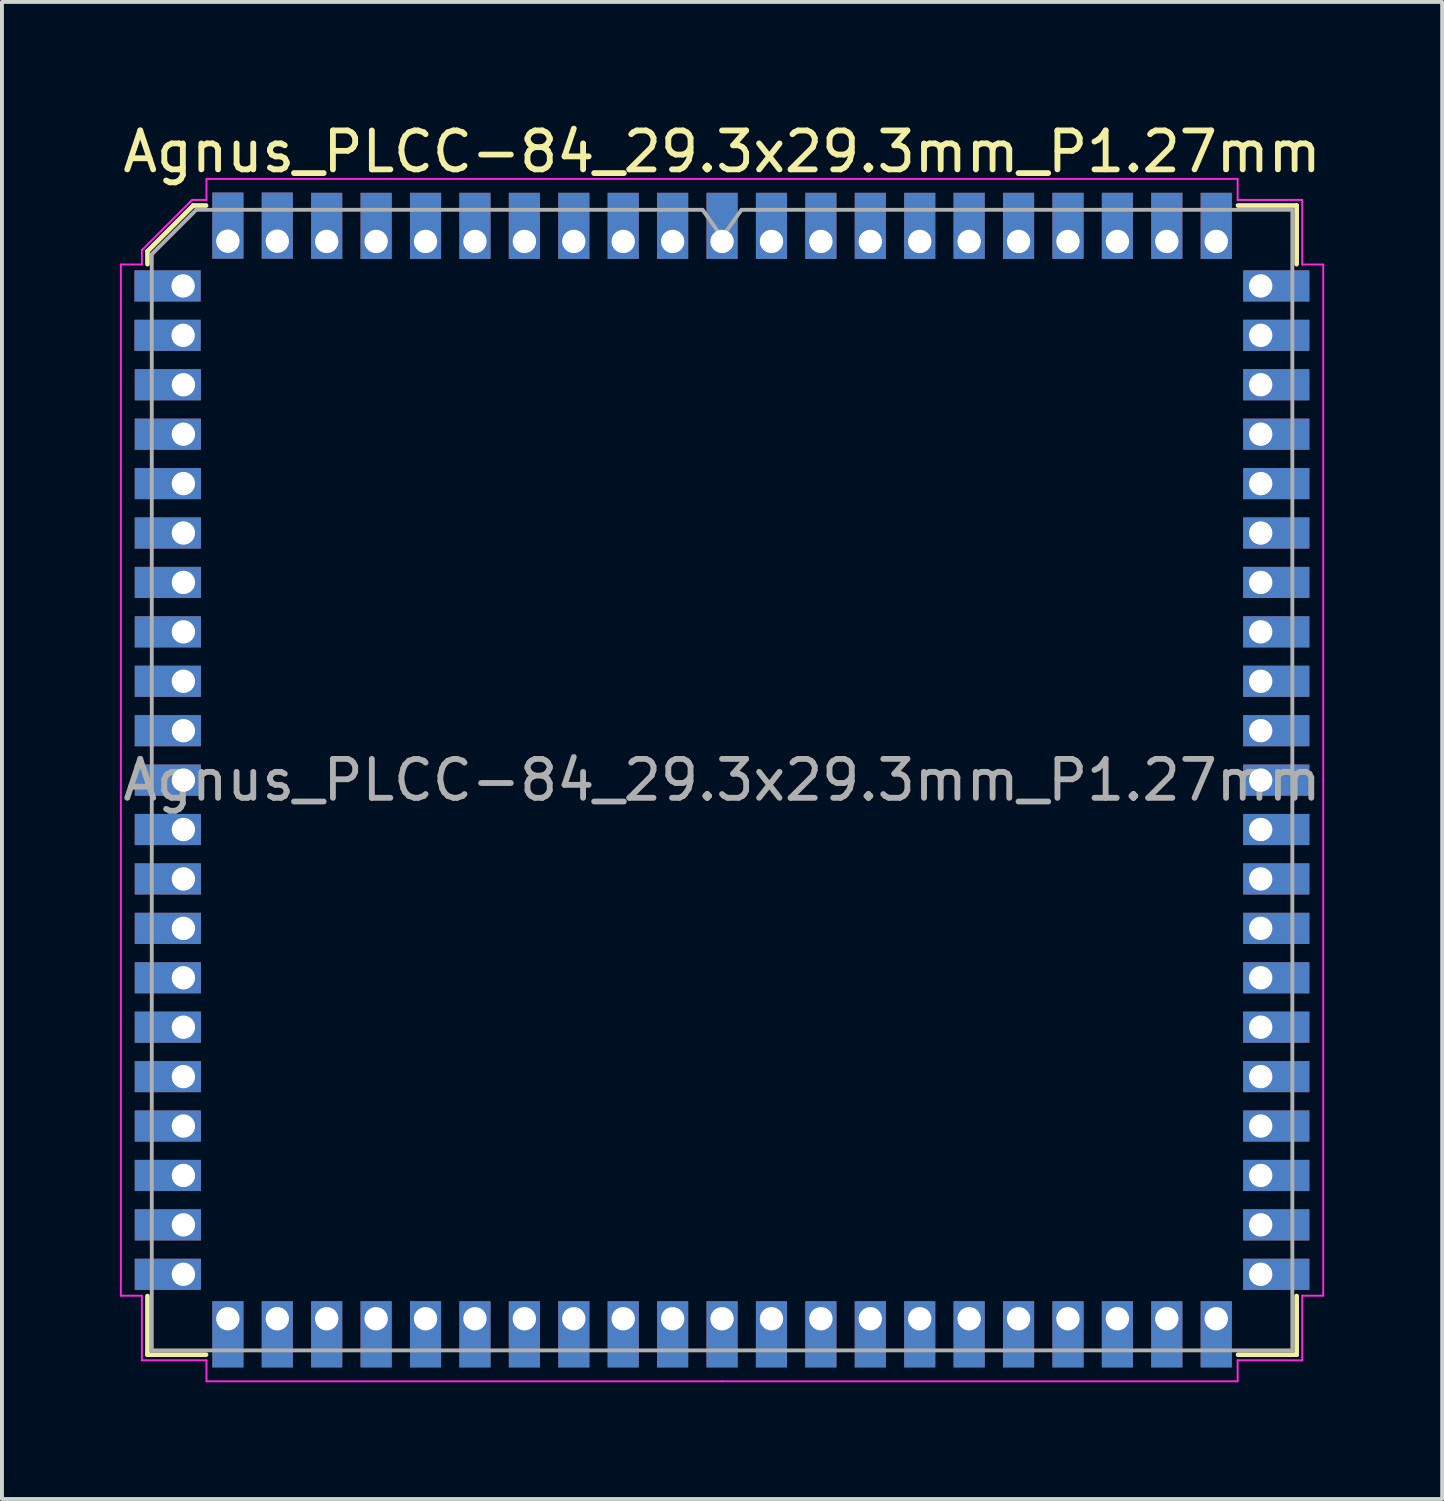
<source format=kicad_pcb>
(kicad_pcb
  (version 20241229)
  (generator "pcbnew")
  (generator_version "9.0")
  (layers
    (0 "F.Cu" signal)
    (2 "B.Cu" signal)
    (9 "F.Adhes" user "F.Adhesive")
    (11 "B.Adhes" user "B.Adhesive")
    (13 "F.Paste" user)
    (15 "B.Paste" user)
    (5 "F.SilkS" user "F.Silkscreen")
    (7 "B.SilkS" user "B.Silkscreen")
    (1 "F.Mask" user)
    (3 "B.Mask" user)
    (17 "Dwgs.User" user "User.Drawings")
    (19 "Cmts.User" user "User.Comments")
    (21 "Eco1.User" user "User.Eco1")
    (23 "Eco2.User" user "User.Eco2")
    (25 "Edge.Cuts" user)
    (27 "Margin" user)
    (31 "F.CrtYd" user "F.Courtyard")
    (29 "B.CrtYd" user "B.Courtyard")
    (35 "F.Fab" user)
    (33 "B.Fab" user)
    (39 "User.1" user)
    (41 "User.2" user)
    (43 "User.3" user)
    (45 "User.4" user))
  (footprint "Agnus_PLCC-84_29.3x29.3mm_P1.27mm"
    (layer "F.Cu")
    (at 15.506 16.998)
    (property "Reference" "Agnus_PLCC-84_29.3x29.3mm_P1.27mm" (at 0 -16.15 0) (layer "F.SilkS") (effects (font (size 1 1) (thickness 0.15))))
    (attr smd)
    (fp_line (start -14.766 -13.591) (end -14.766 -13.26) (stroke (width 0.12) (type solid)) (layer "F.SilkS"))
    (fp_line (start -14.766 14.766) (end -14.766 13.26) (stroke (width 0.12) (type solid)) (layer "F.SilkS"))
    (fp_line (start -13.591 -14.766) (end -14.766 -13.591) (stroke (width 0.12) (type solid)) (layer "F.SilkS"))
    (fp_line (start -13.26 -14.766) (end -13.591 -14.766) (stroke (width 0.12) (type solid)) (layer "F.SilkS"))
    (fp_line (start -13.26 14.766) (end -14.766 14.766) (stroke (width 0.12) (type solid)) (layer "F.SilkS"))
    (fp_line (start 13.26 -14.766) (end 14.766 -14.766) (stroke (width 0.12) (type solid)) (layer "F.SilkS"))
    (fp_line (start 13.26 14.766) (end 14.766 14.766) (stroke (width 0.12) (type solid)) (layer "F.SilkS"))
    (fp_line (start 14.766 -14.766) (end 14.766 -13.26) (stroke (width 0.12) (type solid)) (layer "F.SilkS"))
    (fp_line (start 14.766 14.766) (end 14.766 13.26) (stroke (width 0.12) (type solid)) (layer "F.SilkS"))
    (fp_line (start -15.45 -13.25) (end -15.45 0) (stroke (width 0.05) (type solid)) (layer "F.CrtYd"))
    (fp_line (start -15.45 13.25) (end -15.45 0) (stroke (width 0.05) (type solid)) (layer "F.CrtYd"))
    (fp_line (start -14.91 -13.62) (end -14.91 -13.25) (stroke (width 0.05) (type solid)) (layer "F.CrtYd"))
    (fp_line (start -14.91 -13.25) (end -15.45 -13.25) (stroke (width 0.05) (type solid)) (layer "F.CrtYd"))
    (fp_line (start -14.91 13.25) (end -15.45 13.25) (stroke (width 0.05) (type solid)) (layer "F.CrtYd"))
    (fp_line (start -14.91 14.91) (end -14.91 13.25) (stroke (width 0.05) (type solid)) (layer "F.CrtYd"))
    (fp_line (start -13.62 -14.91) (end -14.91 -13.62) (stroke (width 0.05) (type solid)) (layer "F.CrtYd"))
    (fp_line (start -13.25 -15.45) (end -13.25 -14.91) (stroke (width 0.05) (type solid)) (layer "F.CrtYd"))
    (fp_line (start -13.25 -14.91) (end -13.62 -14.91) (stroke (width 0.05) (type solid)) (layer "F.CrtYd"))
    (fp_line (start -13.25 14.91) (end -14.91 14.91) (stroke (width 0.05) (type solid)) (layer "F.CrtYd"))
    (fp_line (start -13.25 15.45) (end -13.25 14.91) (stroke (width 0.05) (type solid)) (layer "F.CrtYd"))
    (fp_line (start 0 -15.45) (end -13.25 -15.45) (stroke (width 0.05) (type solid)) (layer "F.CrtYd"))
    (fp_line (start 0 -15.45) (end 13.25 -15.45) (stroke (width 0.05) (type solid)) (layer "F.CrtYd"))
    (fp_line (start 0 15.45) (end -13.25 15.45) (stroke (width 0.05) (type solid)) (layer "F.CrtYd"))
    (fp_line (start 0 15.45) (end 13.25 15.45) (stroke (width 0.05) (type solid)) (layer "F.CrtYd"))
    (fp_line (start 13.25 -15.45) (end 13.25 -14.91) (stroke (width 0.05) (type solid)) (layer "F.CrtYd"))
    (fp_line (start 13.25 -14.91) (end 14.91 -14.91) (stroke (width 0.05) (type solid)) (layer "F.CrtYd"))
    (fp_line (start 13.25 14.91) (end 14.91 14.91) (stroke (width 0.05) (type solid)) (layer "F.CrtYd"))
    (fp_line (start 13.25 15.45) (end 13.25 14.91) (stroke (width 0.05) (type solid)) (layer "F.CrtYd"))
    (fp_line (start 14.91 -14.91) (end 14.91 -13.25) (stroke (width 0.05) (type solid)) (layer "F.CrtYd"))
    (fp_line (start 14.91 -13.25) (end 15.45 -13.25) (stroke (width 0.05) (type solid)) (layer "F.CrtYd"))
    (fp_line (start 14.91 13.25) (end 15.45 13.25) (stroke (width 0.05) (type solid)) (layer "F.CrtYd"))
    (fp_line (start 14.91 14.91) (end 14.91 13.25) (stroke (width 0.05) (type solid)) (layer "F.CrtYd"))
    (fp_line (start 15.45 -13.25) (end 15.45 0) (stroke (width 0.05) (type solid)) (layer "F.CrtYd"))
    (fp_line (start 15.45 13.25) (end 15.45 0) (stroke (width 0.05) (type solid)) (layer "F.CrtYd"))
    (fp_line (start -14.656 -13.513) (end -13.513 -14.656) (stroke (width 0.1) (type solid)) (layer "F.Fab"))
    (fp_line (start -14.656 14.656) (end -14.656 -13.513) (stroke (width 0.1) (type solid)) (layer "F.Fab"))
    (fp_line (start -13.513 -14.656) (end -0.5 -14.656) (stroke (width 0.1) (type solid)) (layer "F.Fab"))
    (fp_line (start -0.5 -14.656) (end 0 -13.949) (stroke (width 0.1) (type solid)) (layer "F.Fab"))
    (fp_line (start 0 -13.949) (end 0.5 -14.656) (stroke (width 0.1) (type solid)) (layer "F.Fab"))
    (fp_line (start 0.5 -14.656) (end 14.656 -14.656) (stroke (width 0.1) (type solid)) (layer "F.Fab"))
    (fp_line (start 14.656 -14.656) (end 14.656 14.656) (stroke (width 0.1) (type solid)) (layer "F.Fab"))
    (fp_line (start 14.656 14.656) (end -14.656 14.656) (stroke (width 0.1) (type solid)) (layer "F.Fab"))
    (fp_text user "${REFERENCE}" (at 0 0 0) (layer "F.Fab") (effects (font (size 1 1) (thickness 0.15))))
    (pad "1" thru_hole rect (at 0 -13.843) (size 0.8 1.7) (drill 0.6 (offset 0 -0.4)) (layers "*.Cu" "*.Mask"))
    (pad "2" thru_hole rect (at -1.27 -13.843) (size 0.8 1.7) (drill 0.6 (offset 0 -0.4)) (layers "*.Cu" "*.Mask"))
    (pad "3" thru_hole rect (at -2.54 -13.843) (size 0.8 1.7) (drill 0.6 (offset 0 -0.4)) (layers "*.Cu" "*.Mask"))
    (pad "4" thru_hole rect (at -3.81 -13.843) (size 0.8 1.7) (drill 0.6 (offset 0 -0.4)) (layers "*.Cu" "*.Mask"))
    (pad "5" thru_hole rect (at -5.08 -13.843) (size 0.8 1.7) (drill 0.6 (offset 0 -0.4)) (layers "*.Cu" "*.Mask"))
    (pad "6" thru_hole rect (at -6.35 -13.843) (size 0.8 1.7) (drill 0.6 (offset 0 -0.4)) (layers "*.Cu" "*.Mask"))
    (pad "7" thru_hole rect (at -7.62 -13.843) (size 0.8 1.7) (drill 0.6 (offset 0 -0.4)) (layers "*.Cu" "*.Mask"))
    (pad "8" thru_hole rect (at -8.89 -13.843) (size 0.8 1.7) (drill 0.6 (offset 0 -0.4)) (layers "*.Cu" "*.Mask"))
    (pad "9" thru_hole rect (at -10.16 -13.843) (size 0.8 1.7) (drill 0.6 (offset 0 -0.4)) (layers "*.Cu" "*.Mask"))
    (pad "10" thru_hole rect (at -11.43 -13.85) (size 0.8 1.7) (drill 0.6 (offset 0 -0.4)) (layers "*.Cu" "*.Mask"))
    (pad "11" thru_hole rect (at -12.7 -13.85) (size 0.8 1.7) (drill 0.6 (offset 0 -0.4)) (layers "*.Cu" "*.Mask"))
    (pad "12" thru_hole rect (at -13.85 -12.7) (size 1.7 0.8) (drill 0.6 (offset -0.4 0)) (layers "*.Cu" "*.Mask"))
    (pad "13" thru_hole rect (at -13.85 -11.43) (size 1.7 0.8) (drill 0.6 (offset -0.4 0)) (layers "*.Cu" "*.Mask"))
    (pad "14" thru_hole rect (at -13.843 -10.16) (size 1.7 0.8) (drill 0.6 (offset -0.4 0)) (layers "*.Cu" "*.Mask"))
    (pad "15" thru_hole rect (at -13.843 -8.89) (size 1.7 0.8) (drill 0.6 (offset -0.4 0)) (layers "*.Cu" "*.Mask"))
    (pad "16" thru_hole rect (at -13.843 -7.62) (size 1.7 0.8) (drill 0.6 (offset -0.4 0)) (layers "*.Cu" "*.Mask"))
    (pad "17" thru_hole rect (at -13.843 -6.35) (size 1.7 0.8) (drill 0.6 (offset -0.4 0)) (layers "*.Cu" "*.Mask"))
    (pad "18" thru_hole rect (at -13.843 -5.08) (size 1.7 0.8) (drill 0.6 (offset -0.4 0)) (layers "*.Cu" "*.Mask"))
    (pad "19" thru_hole rect (at -13.843 -3.81) (size 1.7 0.8) (drill 0.6 (offset -0.4 0)) (layers "*.Cu" "*.Mask"))
    (pad "20" thru_hole rect (at -13.843 -2.54) (size 1.7 0.8) (drill 0.6 (offset -0.4 0)) (layers "*.Cu" "*.Mask"))
    (pad "21" thru_hole rect (at -13.843 -1.27) (size 1.7 0.8) (drill 0.6 (offset -0.4 0)) (layers "*.Cu" "*.Mask"))
    (pad "22" thru_hole rect (at -13.843 0) (size 1.7 0.8) (drill 0.6 (offset -0.4 0)) (layers "*.Cu" "*.Mask"))
    (pad "23" thru_hole rect (at -13.843 1.27) (size 1.7 0.8) (drill 0.6 (offset -0.4 0)) (layers "*.Cu" "*.Mask"))
    (pad "24" thru_hole rect (at -13.843 2.54) (size 1.7 0.8) (drill 0.6 (offset -0.4 0)) (layers "*.Cu" "*.Mask"))
    (pad "25" thru_hole rect (at -13.843 3.81) (size 1.7 0.8) (drill 0.6 (offset -0.4 0)) (layers "*.Cu" "*.Mask"))
    (pad "26" thru_hole rect (at -13.843 5.08) (size 1.7 0.8) (drill 0.6 (offset -0.4 0)) (layers "*.Cu" "*.Mask"))
    (pad "27" thru_hole rect (at -13.843 6.35) (size 1.7 0.8) (drill 0.6 (offset -0.4 0)) (layers "*.Cu" "*.Mask"))
    (pad "28" thru_hole rect (at -13.843 7.62) (size 1.7 0.8) (drill 0.6 (offset -0.4 0)) (layers "*.Cu" "*.Mask"))
    (pad "29" thru_hole rect (at -13.843 8.89) (size 1.7 0.8) (drill 0.6 (offset -0.4 0)) (layers "*.Cu" "*.Mask"))
    (pad "30" thru_hole rect (at -13.843 10.16) (size 1.7 0.8) (drill 0.6 (offset -0.4 0)) (layers "*.Cu" "*.Mask"))
    (pad "31" thru_hole rect (at -13.843 11.43) (size 1.7 0.8) (drill 0.6 (offset -0.4 0)) (layers "*.Cu" "*.Mask"))
    (pad "32" thru_hole rect (at -13.843 12.7) (size 1.7 0.8) (drill 0.6 (offset -0.4 0)) (layers "*.Cu" "*.Mask"))
    (pad "33" thru_hole rect (at -12.7 13.843) (size 0.8 1.7) (drill 0.6 (offset 0 0.4)) (layers "*.Cu" "*.Mask"))
    (pad "34" thru_hole rect (at -11.43 13.843) (size 0.8 1.7) (drill 0.6 (offset 0 0.4)) (layers "*.Cu" "*.Mask"))
    (pad "35" thru_hole rect (at -10.16 13.843) (size 0.8 1.7) (drill 0.6 (offset 0 0.4)) (layers "*.Cu" "*.Mask"))
    (pad "36" thru_hole rect (at -8.89 13.843) (size 0.8 1.7) (drill 0.6 (offset 0 0.4)) (layers "*.Cu" "*.Mask"))
    (pad "37" thru_hole rect (at -7.62 13.843) (size 0.8 1.7) (drill 0.6 (offset 0 0.4)) (layers "*.Cu" "*.Mask"))
    (pad "38" thru_hole rect (at -6.35 13.843) (size 0.8 1.7) (drill 0.6 (offset 0 0.4)) (layers "*.Cu" "*.Mask"))
    (pad "39" thru_hole rect (at -5.08 13.843) (size 0.8 1.7) (drill 0.6 (offset 0 0.4)) (layers "*.Cu" "*.Mask"))
    (pad "40" thru_hole rect (at -3.81 13.843) (size 0.8 1.7) (drill 0.6 (offset 0 0.4)) (layers "*.Cu" "*.Mask"))
    (pad "41" thru_hole rect (at -2.54 13.843) (size 0.8 1.7) (drill 0.6 (offset 0 0.4)) (layers "*.Cu" "*.Mask"))
    (pad "42" thru_hole rect (at -1.27 13.843) (size 0.8 1.7) (drill 0.6 (offset 0 0.4)) (layers "*.Cu" "*.Mask"))
    (pad "43" thru_hole rect (at 0 13.843) (size 0.8 1.7) (drill 0.6 (offset 0 0.4)) (layers "*.Cu" "*.Mask"))
    (pad "44" thru_hole rect (at 1.27 13.843) (size 0.8 1.7) (drill 0.6 (offset 0 0.4)) (layers "*.Cu" "*.Mask"))
    (pad "45" thru_hole rect (at 2.54 13.843) (size 0.8 1.7) (drill 0.6 (offset 0 0.4)) (layers "*.Cu" "*.Mask"))
    (pad "46" thru_hole rect (at 3.81 13.843) (size 0.8 1.7) (drill 0.6 (offset 0 0.4)) (layers "*.Cu" "*.Mask"))
    (pad "47" thru_hole rect (at 5.08 13.843) (size 0.8 1.7) (drill 0.6 (offset 0 0.4)) (layers "*.Cu" "*.Mask"))
    (pad "48" thru_hole rect (at 6.35 13.843) (size 0.8 1.7) (drill 0.6 (offset 0 0.4)) (layers "*.Cu" "*.Mask"))
    (pad "49" thru_hole rect (at 7.62 13.843) (size 0.8 1.7) (drill 0.6 (offset 0 0.4)) (layers "*.Cu" "*.Mask"))
    (pad "50" thru_hole rect (at 8.89 13.843) (size 0.8 1.7) (drill 0.6 (offset 0 0.4)) (layers "*.Cu" "*.Mask"))
    (pad "51" thru_hole rect (at 10.16 13.843) (size 0.8 1.7) (drill 0.6 (offset 0 0.4)) (layers "*.Cu" "*.Mask"))
    (pad "52" thru_hole rect (at 11.43 13.843) (size 0.8 1.7) (drill 0.6 (offset 0 0.4)) (layers "*.Cu" "*.Mask"))
    (pad "53" thru_hole rect (at 12.7 13.843) (size 0.8 1.7) (drill 0.6 (offset 0 0.4)) (layers "*.Cu" "*.Mask"))
    (pad "54" thru_hole rect (at 13.843 12.7) (size 1.7 0.8) (drill 0.6 (offset 0.4 0)) (layers "*.Cu" "*.Mask"))
    (pad "55" thru_hole rect (at 13.843 11.43) (size 1.7 0.8) (drill 0.6 (offset 0.4 0)) (layers "*.Cu" "*.Mask"))
    (pad "56" thru_hole rect (at 13.843 10.16) (size 1.7 0.8) (drill 0.6 (offset 0.4 0)) (layers "*.Cu" "*.Mask"))
    (pad "57" thru_hole rect (at 13.843 8.89) (size 1.7 0.8) (drill 0.6 (offset 0.4 0)) (layers "*.Cu" "*.Mask"))
    (pad "58" thru_hole rect (at 13.843 7.62) (size 1.7 0.8) (drill 0.6 (offset 0.4 0)) (layers "*.Cu" "*.Mask"))
    (pad "59" thru_hole rect (at 13.843 6.35) (size 1.7 0.8) (drill 0.6 (offset 0.4 0)) (layers "*.Cu" "*.Mask"))
    (pad "60" thru_hole rect (at 13.843 5.08) (size 1.7 0.8) (drill 0.6 (offset 0.4 0)) (layers "*.Cu" "*.Mask"))
    (pad "61" thru_hole rect (at 13.843 3.81) (size 1.7 0.8) (drill 0.6 (offset 0.4 0)) (layers "*.Cu" "*.Mask"))
    (pad "62" thru_hole rect (at 13.843 2.54) (size 1.7 0.8) (drill 0.6 (offset 0.4 0)) (layers "*.Cu" "*.Mask"))
    (pad "63" thru_hole rect (at 13.843 1.27) (size 1.7 0.8) (drill 0.6 (offset 0.4 0)) (layers "*.Cu" "*.Mask"))
    (pad "64" thru_hole rect (at 13.843 0) (size 1.7 0.8) (drill 0.6 (offset 0.4 0)) (layers "*.Cu" "*.Mask"))
    (pad "65" thru_hole rect (at 13.843 -1.27) (size 1.7 0.8) (drill 0.6 (offset 0.4 0)) (layers "*.Cu" "*.Mask"))
    (pad "66" thru_hole rect (at 13.843 -2.54) (size 1.7 0.8) (drill 0.6 (offset 0.4 0)) (layers "*.Cu" "*.Mask"))
    (pad "67" thru_hole rect (at 13.843 -3.81) (size 1.7 0.8) (drill 0.6 (offset 0.4 0)) (layers "*.Cu" "*.Mask"))
    (pad "68" thru_hole rect (at 13.843 -5.08) (size 1.7 0.8) (drill 0.6 (offset 0.4 0)) (layers "*.Cu" "*.Mask"))
    (pad "69" thru_hole rect (at 13.843 -6.35) (size 1.7 0.8) (drill 0.6 (offset 0.4 0)) (layers "*.Cu" "*.Mask"))
    (pad "70" thru_hole rect (at 13.843 -7.62) (size 1.7 0.8) (drill 0.6 (offset 0.4 0)) (layers "*.Cu" "*.Mask"))
    (pad "71" thru_hole rect (at 13.843 -8.89) (size 1.7 0.8) (drill 0.6 (offset 0.4 0)) (layers "*.Cu" "*.Mask"))
    (pad "72" thru_hole rect (at 13.843 -10.16) (size 1.7 0.8) (drill 0.6 (offset 0.4 0)) (layers "*.Cu" "*.Mask"))
    (pad "73" thru_hole rect (at 13.843 -11.43) (size 1.7 0.8) (drill 0.6 (offset 0.4 0)) (layers "*.Cu" "*.Mask"))
    (pad "74" thru_hole rect (at 13.843 -12.7) (size 1.7 0.8) (drill 0.6 (offset 0.4 0)) (layers "*.Cu" "*.Mask"))
    (pad "75" thru_hole rect (at 12.7 -13.843) (size 0.8 1.7) (drill 0.6 (offset 0 -0.4)) (layers "*.Cu" "*.Mask"))
    (pad "76" thru_hole rect (at 11.43 -13.843) (size 0.8 1.7) (drill 0.6 (offset 0 -0.4)) (layers "*.Cu" "*.Mask"))
    (pad "77" thru_hole rect (at 10.16 -13.843) (size 0.8 1.7) (drill 0.6 (offset 0 -0.4)) (layers "*.Cu" "*.Mask"))
    (pad "78" thru_hole rect (at 8.89 -13.843) (size 0.8 1.7) (drill 0.6 (offset 0 -0.4)) (layers "*.Cu" "*.Mask"))
    (pad "79" thru_hole rect (at 7.62 -13.843) (size 0.8 1.7) (drill 0.6 (offset 0 -0.4)) (layers "*.Cu" "*.Mask"))
    (pad "80" thru_hole rect (at 6.35 -13.843) (size 0.8 1.7) (drill 0.6 (offset 0 -0.4)) (layers "*.Cu" "*.Mask"))
    (pad "81" thru_hole rect (at 5.08 -13.843) (size 0.8 1.7) (drill 0.6 (offset 0 -0.4)) (layers "*.Cu" "*.Mask"))
    (pad "82" thru_hole rect (at 3.81 -13.843) (size 0.8 1.7) (drill 0.6 (offset 0 -0.4)) (layers "*.Cu" "*.Mask"))
    (pad "83" thru_hole rect (at 2.54 -13.843) (size 0.8 1.7) (drill 0.6 (offset 0 -0.4)) (layers "*.Cu" "*.Mask"))
    (pad "84" thru_hole rect (at 1.27 -13.843) (size 0.8 1.7) (drill 0.6 (offset 0 -0.4)) (layers "*.Cu" "*.Mask")))
  (gr_rect
    (start -3 -3)
    (end 34.012 35.473)
    (stroke (width 0.1) (type default))
    (fill no)
    (layer "Edge.Cuts")))
</source>
